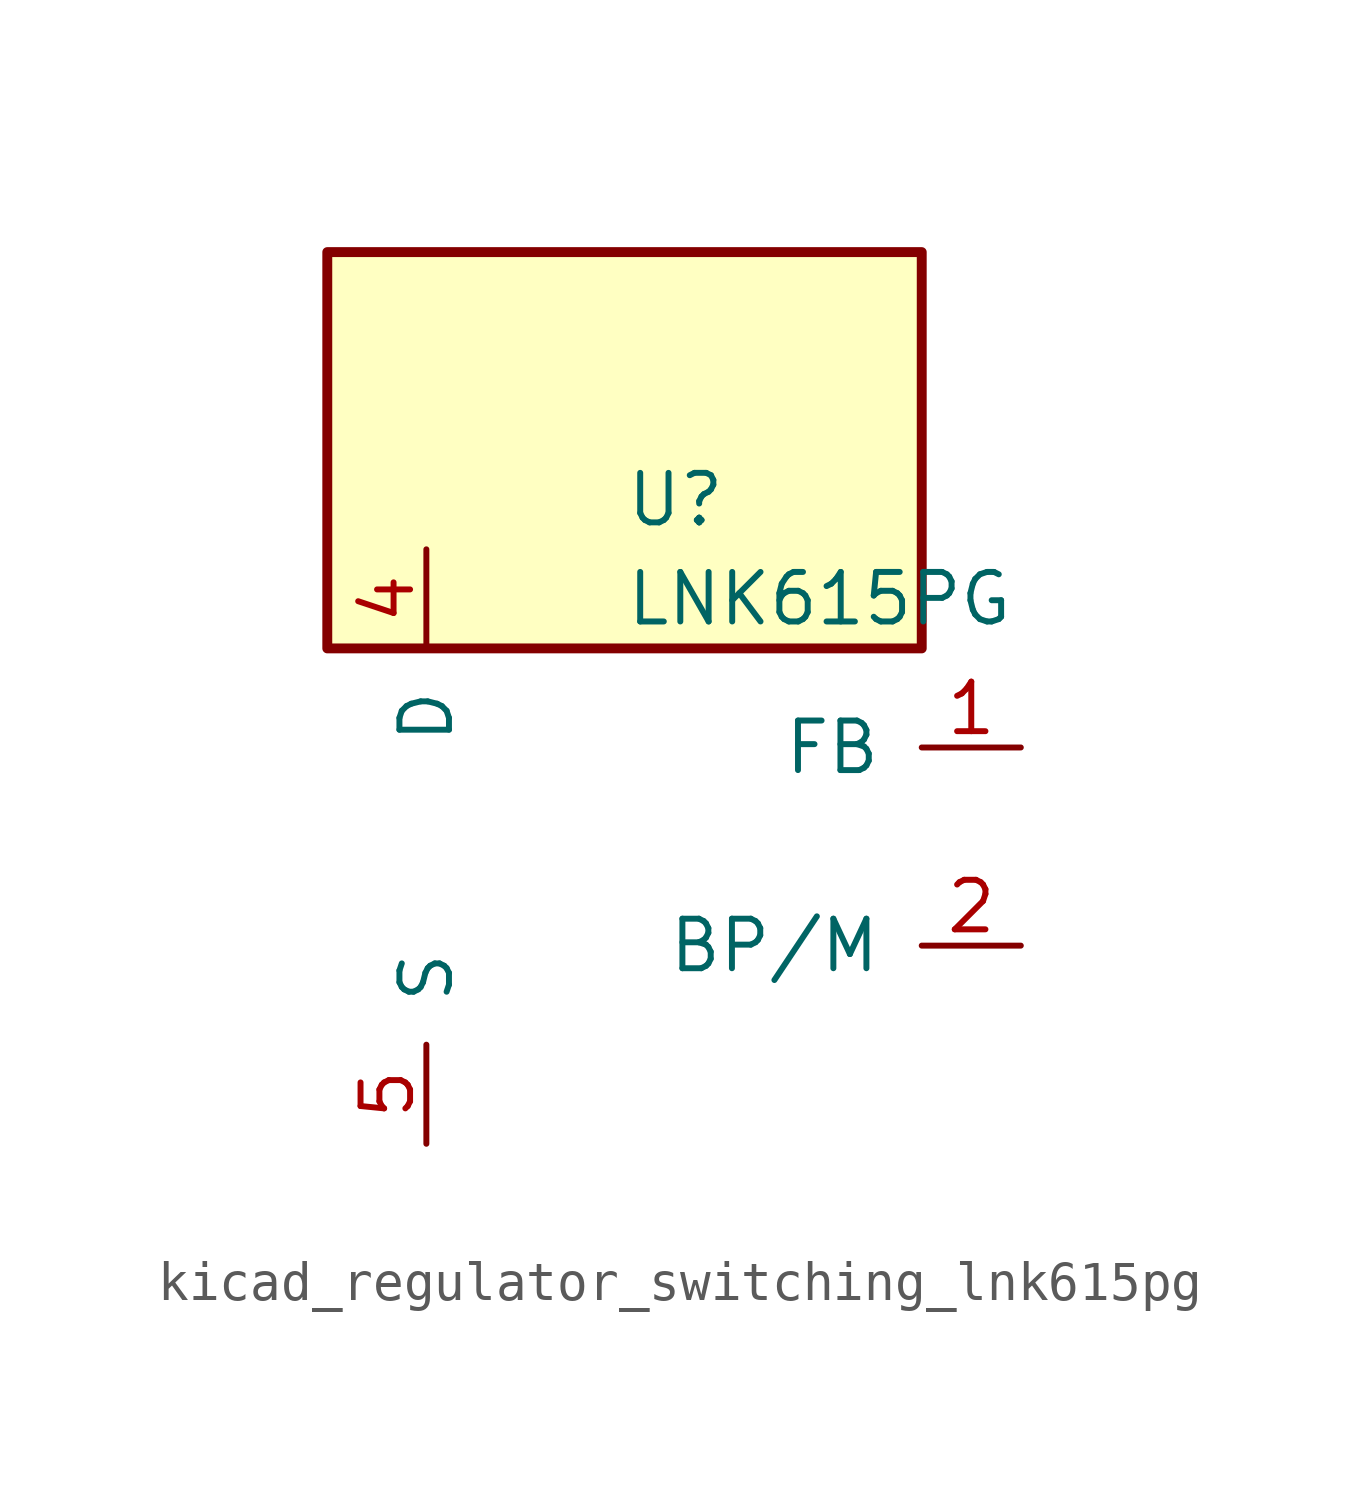
<source format=kicad_sym>
(kicad_symbol_lib
  (version 20220914)
  (generator kicad_symbol_editor)
  (symbol "kicad_regulator_switching_lnk615pg"
    (pin_names
      (offset 1.016))
    (property "Reference" "U"
      (at 0 8.89 0)
      (effects (font (size 1.27 1.27)) (justify left)))
    (property "Value" "LNK615PG"
      (at 0 6.35 0)
      (effects (font (size 1.27 1.27)) (justify left)))
    (symbol "kicad_regulator_switching_lnk615pg_0_1"
      (rectangle (start 7.62 15.24) (end -7.62 5.08) (stroke (width 0.254) (type default)) (fill (type background))))
    (symbol "kicad_regulator_switching_lnk615pg_1_1"
      (pin input line (at 10.16 2.54 180) (length 2.54) (name "FB" (effects (font (size 1.27 1.27)))) (number "1" (effects (font (size 1.27 1.27)))))
      (pin input line (at 10.16 -2.54 180) (length 2.54) (name "BP/M" (effects (font (size 1.27 1.27)))) (number "2" (effects (font (size 1.27 1.27)))))
      (pin open_collector line (at -5.08 7.62 270) (length 2.54) (name "D" (effects (font (size 1.27 1.27)))) (number "4" (effects (font (size 1.27 1.27)))))
      (pin power_in line (at -5.08 -7.62 90) (length 2.54) (name "S" (effects (font (size 1.27 1.27)))) (number "5" (effects (font (size 1.27 1.27)))))
      (pin passive line (at -5.08 -7.62 90) (length 2.54) hide (name "S" (effects (font (size 1.27 1.27)))) (number "6" (effects (font (size 1.27 1.27)))))
      (pin passive line (at -5.08 -7.62 90) (length 2.54) hide (name "S" (effects (font (size 1.27 1.27)))) (number "7" (effects (font (size 1.27 1.27)))))
      (pin passive line (at -5.08 -7.62 90) (length 2.54) hide (name "S" (effects (font (size 1.27 1.27)))) (number "8" (effects (font (size 1.27 1.27))))))))
</source>
